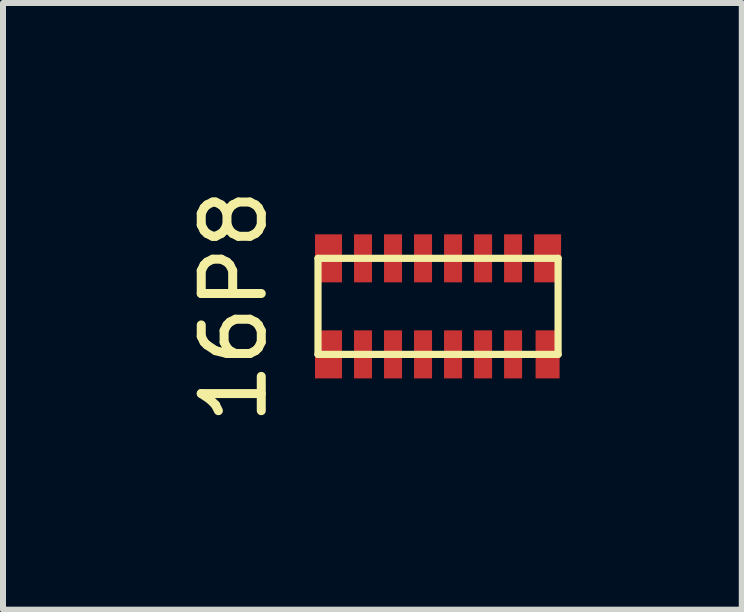
<source format=kicad_pcb>
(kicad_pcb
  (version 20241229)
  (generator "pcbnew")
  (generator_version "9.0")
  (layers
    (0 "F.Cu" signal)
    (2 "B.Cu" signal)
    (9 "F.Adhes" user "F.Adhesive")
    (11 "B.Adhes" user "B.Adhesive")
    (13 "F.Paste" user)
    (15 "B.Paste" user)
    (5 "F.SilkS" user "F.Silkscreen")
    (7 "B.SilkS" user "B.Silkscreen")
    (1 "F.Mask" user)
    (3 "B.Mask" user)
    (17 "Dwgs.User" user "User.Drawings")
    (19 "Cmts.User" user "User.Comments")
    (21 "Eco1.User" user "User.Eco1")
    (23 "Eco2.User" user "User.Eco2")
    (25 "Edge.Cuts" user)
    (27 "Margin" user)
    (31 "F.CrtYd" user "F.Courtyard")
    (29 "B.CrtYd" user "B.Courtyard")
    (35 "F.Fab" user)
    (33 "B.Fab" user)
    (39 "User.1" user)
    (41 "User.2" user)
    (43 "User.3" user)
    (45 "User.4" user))
  (footprint "16P8"
    (layer "F.Cu")
    (at 4.248 2.054)
    (property "Reference" "16P8" (at -3.4 0 90) (layer "F.SilkS") (effects (font (size 1 1) (thickness 0.15))))
    (attr through_hole)
    (fp_line (start -2 -0.8) (end 2 -0.8) (stroke (width 0.12) (type solid)) (layer "F.SilkS"))
    (fp_line (start -2 0.8) (end -2 -0.8) (stroke (width 0.12) (type solid)) (layer "F.SilkS"))
    (fp_line (start 2 -0.8) (end 2 0.8) (stroke (width 0.12) (type solid)) (layer "F.SilkS"))
    (fp_line (start 2 0.8) (end -2 0.8) (stroke (width 0.12) (type solid)) (layer "F.SilkS"))
    (pad "1" smd rect (at -1.825 0.8) (size 0.45 0.8) (layers "F.Cu" "F.Mask" "F.Paste"))
    (pad "2" smd rect (at -1.25 0.8) (size 0.3 0.8) (layers "F.Cu" "F.Mask" "F.Paste"))
    (pad "3" smd rect (at -0.75 0.8) (size 0.3 0.8) (layers "F.Cu" "F.Mask" "F.Paste"))
    (pad "4" smd rect (at -0.25 0.8) (size 0.3 0.8) (layers "F.Cu" "F.Mask" "F.Paste"))
    (pad "5" smd rect (at 0.25 0.8) (size 0.3 0.8) (layers "F.Cu" "F.Mask" "F.Paste"))
    (pad "6" smd rect (at 0.75 0.8) (size 0.3 0.8) (layers "F.Cu" "F.Mask" "F.Paste"))
    (pad "7" smd rect (at 1.25 0.8) (size 0.3 0.8) (layers "F.Cu" "F.Mask" "F.Paste"))
    (pad "8" smd rect (at 1.825 0.8) (size 0.4 0.8) (layers "F.Cu" "F.Mask" "F.Paste"))
    (pad "9" smd rect (at 1.825 -0.8) (size 0.45 0.8) (layers "F.Cu" "F.Mask" "F.Paste"))
    (pad "10" smd rect (at 1.25 -0.8) (size 0.3 0.8) (layers "F.Cu" "F.Mask" "F.Paste"))
    (pad "11" smd rect (at 0.75 -0.8) (size 0.3 0.8) (layers "F.Cu" "F.Mask" "F.Paste"))
    (pad "12" smd rect (at 0.25 -0.8) (size 0.3 0.8) (layers "F.Cu" "F.Mask" "F.Paste"))
    (pad "13" smd rect (at -0.25 -0.8) (size 0.3 0.8) (layers "F.Cu" "F.Mask" "F.Paste"))
    (pad "14" smd rect (at -0.75 -0.8) (size 0.3 0.8) (layers "F.Cu" "F.Mask" "F.Paste"))
    (pad "15" smd rect (at -1.25 -0.8) (size 0.3 0.8) (layers "F.Cu" "F.Mask" "F.Paste"))
    (pad "16" smd rect (at -1.825 -0.8) (size 0.45 0.8) (layers "F.Cu" "F.Mask" "F.Paste")))
  (gr_rect
    (start -3 -3)
    (end 9.308 7.107)
    (stroke (width 0.1) (type default))
    (fill no)
    (layer "Edge.Cuts")))
</source>
